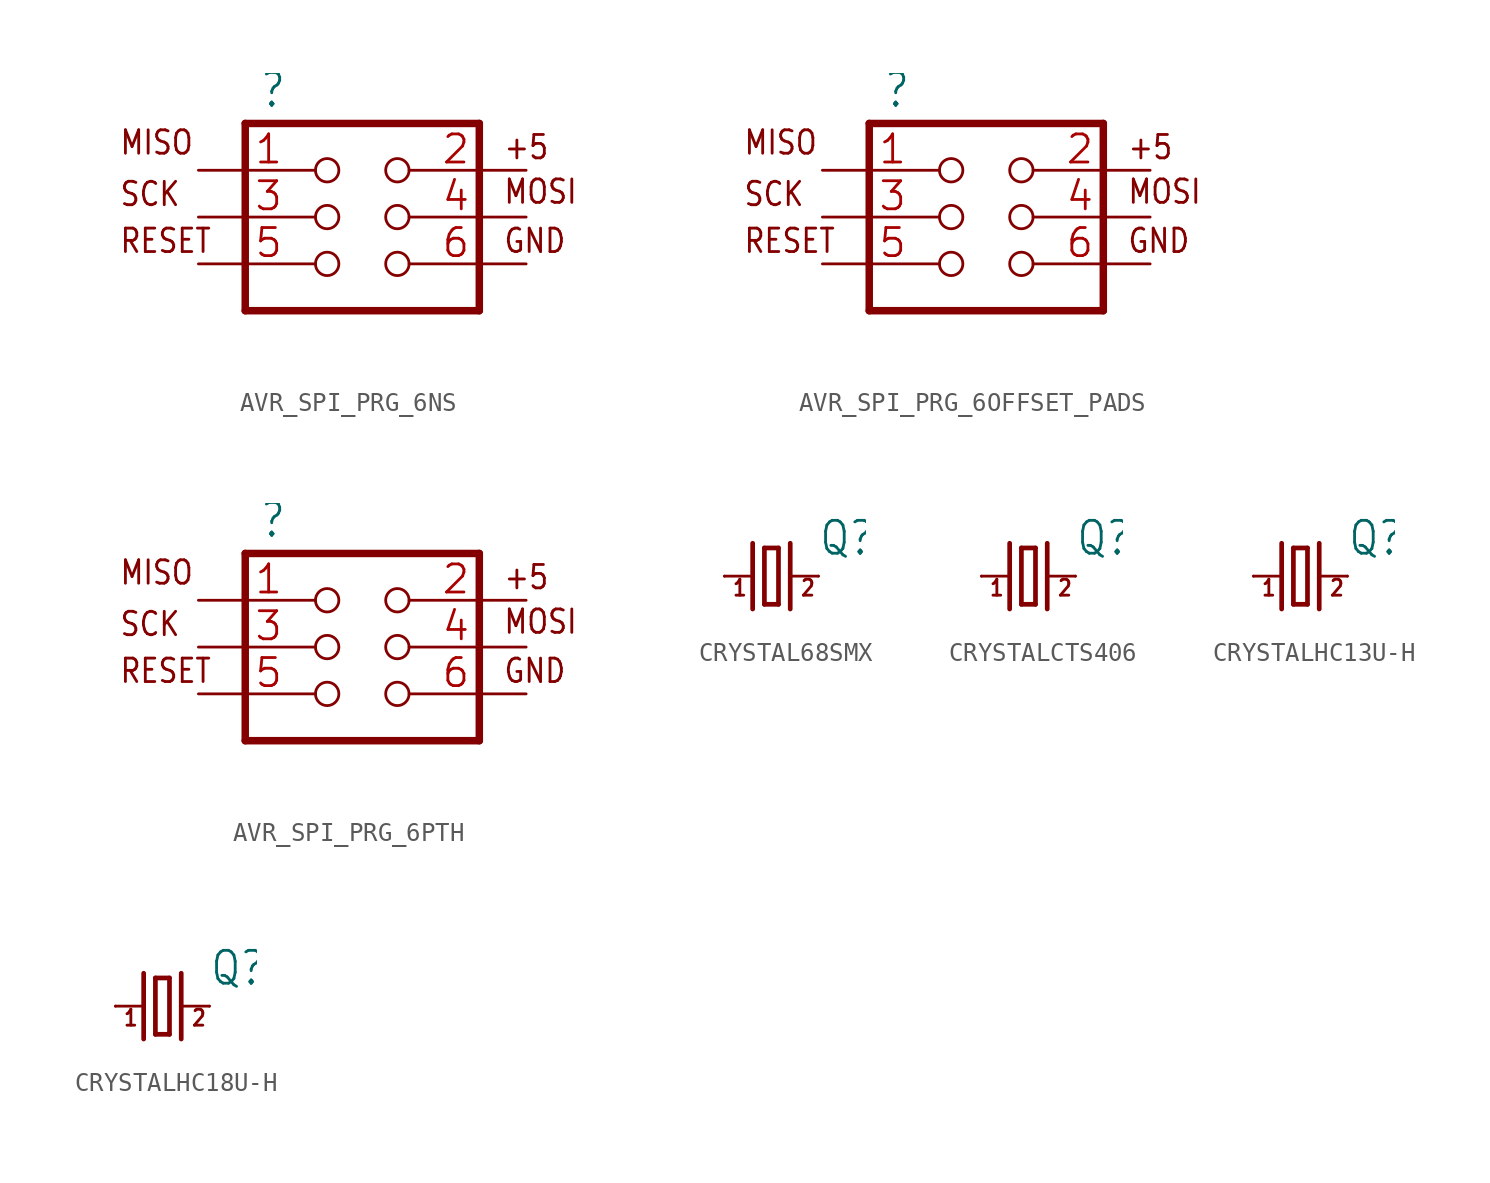
<source format=kicad_sym>
(kicad_symbol_lib
  (version 20241209)
  (generator "kicad_symbol_editor")
  (generator_version "9.0")
  (symbol "AVR_SPI_PRG_6NS"
    (property "Reference" ""
      (at -4.318 5.842 0)
      (effects (font (size 1.778 1.511)) (justify left bottom)))
    (property "Value" ""
      (at -4.064 -7.62 0)
      (effects (font (size 1.778 1.511)) (justify left bottom)))
    (property "ki_locked" ""
      (at 0 0 0)
      (effects (font (size 1.27 1.27))))
    (symbol "AVR_SPI_PRG_6NS_1_0"
      (polyline (pts (xy -5.08 5.08) (xy -5.08 -5.08)) (stroke (width 0.406) (type solid)) (fill (type none)))
      (polyline (pts (xy -5.08 -5.08) (xy 7.62 -5.08)) (stroke (width 0.406) (type solid)) (fill (type none)))
      (polyline (pts (xy 7.62 5.08) (xy -5.08 5.08)) (stroke (width 0.406) (type solid)) (fill (type none)))
      (polyline (pts (xy 7.62 -5.08) (xy 7.62 5.08)) (stroke (width 0.406) (type solid)) (fill (type none)))
      (text "MISO" (at -11.938 3.302 0) (effects (font (size 1.27 1.079)) (justify left bottom)))
      (text "SCK" (at -11.938 0.508 0) (effects (font (size 1.27 1.079)) (justify left bottom)))
      (text "RESET" (at -11.938 -2.032 0) (effects (font (size 1.27 1.079)) (justify left bottom)))
      (text "+5" (at 8.89 3.048 0) (effects (font (size 1.27 1.079)) (justify left bottom)))
      (text "MOSI" (at 8.89 0.635 0) (effects (font (size 1.27 1.079)) (justify left bottom)))
      (text "GND" (at 8.89 -2.032 0) (effects (font (size 1.27 1.079)) (justify left bottom)))
      (pin passive inverted (at -7.62 2.54 0) (length 7.62) (name "1" (effects (font (size 0 0)))) (number "1" (effects (font (size 1.524 1.524)))))
      (pin passive inverted (at -7.62 0 0) (length 7.62) (name "3" (effects (font (size 0 0)))) (number "3" (effects (font (size 1.524 1.524)))))
      (pin passive inverted (at -7.62 -2.54 0) (length 7.62) (name "5" (effects (font (size 0 0)))) (number "5" (effects (font (size 1.524 1.524)))))
      (pin passive inverted (at 10.16 2.54 180) (length 7.62) (name "2" (effects (font (size 0 0)))) (number "2" (effects (font (size 1.524 1.524)))))
      (pin passive inverted (at 10.16 0 180) (length 7.62) (name "4" (effects (font (size 0 0)))) (number "4" (effects (font (size 1.524 1.524)))))
      (pin passive inverted (at 10.16 -2.54 180) (length 7.62) (name "6" (effects (font (size 0 0)))) (number "6" (effects (font (size 1.524 1.524)))))))
  (symbol "AVR_SPI_PRG_6OFFSET_PADS"
    (property "Reference" ""
      (at -4.318 5.842 0)
      (effects (font (size 1.778 1.511)) (justify left bottom)))
    (property "Value" ""
      (at -4.064 -7.62 0)
      (effects (font (size 1.778 1.511)) (justify left bottom)))
    (property "ki_locked" ""
      (at 0 0 0)
      (effects (font (size 1.27 1.27))))
    (symbol "AVR_SPI_PRG_6OFFSET_PADS_1_0"
      (polyline (pts (xy -5.08 5.08) (xy -5.08 -5.08)) (stroke (width 0.406) (type solid)) (fill (type none)))
      (polyline (pts (xy -5.08 -5.08) (xy 7.62 -5.08)) (stroke (width 0.406) (type solid)) (fill (type none)))
      (polyline (pts (xy 7.62 5.08) (xy -5.08 5.08)) (stroke (width 0.406) (type solid)) (fill (type none)))
      (polyline (pts (xy 7.62 -5.08) (xy 7.62 5.08)) (stroke (width 0.406) (type solid)) (fill (type none)))
      (text "MISO" (at -11.938 3.302 0) (effects (font (size 1.27 1.079)) (justify left bottom)))
      (text "SCK" (at -11.938 0.508 0) (effects (font (size 1.27 1.079)) (justify left bottom)))
      (text "RESET" (at -11.938 -2.032 0) (effects (font (size 1.27 1.079)) (justify left bottom)))
      (text "+5" (at 8.89 3.048 0) (effects (font (size 1.27 1.079)) (justify left bottom)))
      (text "MOSI" (at 8.89 0.635 0) (effects (font (size 1.27 1.079)) (justify left bottom)))
      (text "GND" (at 8.89 -2.032 0) (effects (font (size 1.27 1.079)) (justify left bottom)))
      (pin passive inverted (at -7.62 2.54 0) (length 7.62) (name "1" (effects (font (size 0 0)))) (number "1" (effects (font (size 1.524 1.524)))))
      (pin passive inverted (at -7.62 0 0) (length 7.62) (name "3" (effects (font (size 0 0)))) (number "3" (effects (font (size 1.524 1.524)))))
      (pin passive inverted (at -7.62 -2.54 0) (length 7.62) (name "5" (effects (font (size 0 0)))) (number "5" (effects (font (size 1.524 1.524)))))
      (pin passive inverted (at 10.16 2.54 180) (length 7.62) (name "2" (effects (font (size 0 0)))) (number "2" (effects (font (size 1.524 1.524)))))
      (pin passive inverted (at 10.16 0 180) (length 7.62) (name "4" (effects (font (size 0 0)))) (number "4" (effects (font (size 1.524 1.524)))))
      (pin passive inverted (at 10.16 -2.54 180) (length 7.62) (name "6" (effects (font (size 0 0)))) (number "6" (effects (font (size 1.524 1.524)))))))
  (symbol "AVR_SPI_PRG_6PTH"
    (property "Reference" ""
      (at -4.318 5.842 0)
      (effects (font (size 1.778 1.511)) (justify left bottom)))
    (property "Value" ""
      (at -4.064 -7.62 0)
      (effects (font (size 1.778 1.511)) (justify left bottom)))
    (property "ki_locked" ""
      (at 0 0 0)
      (effects (font (size 1.27 1.27))))
    (symbol "AVR_SPI_PRG_6PTH_1_0"
      (polyline (pts (xy -5.08 5.08) (xy -5.08 -5.08)) (stroke (width 0.406) (type solid)) (fill (type none)))
      (polyline (pts (xy -5.08 -5.08) (xy 7.62 -5.08)) (stroke (width 0.406) (type solid)) (fill (type none)))
      (polyline (pts (xy 7.62 5.08) (xy -5.08 5.08)) (stroke (width 0.406) (type solid)) (fill (type none)))
      (polyline (pts (xy 7.62 -5.08) (xy 7.62 5.08)) (stroke (width 0.406) (type solid)) (fill (type none)))
      (text "MISO" (at -11.938 3.302 0) (effects (font (size 1.27 1.079)) (justify left bottom)))
      (text "SCK" (at -11.938 0.508 0) (effects (font (size 1.27 1.079)) (justify left bottom)))
      (text "RESET" (at -11.938 -2.032 0) (effects (font (size 1.27 1.079)) (justify left bottom)))
      (text "+5" (at 8.89 3.048 0) (effects (font (size 1.27 1.079)) (justify left bottom)))
      (text "MOSI" (at 8.89 0.635 0) (effects (font (size 1.27 1.079)) (justify left bottom)))
      (text "GND" (at 8.89 -2.032 0) (effects (font (size 1.27 1.079)) (justify left bottom)))
      (pin passive inverted (at -7.62 2.54 0) (length 7.62) (name "1" (effects (font (size 0 0)))) (number "1" (effects (font (size 1.524 1.524)))))
      (pin passive inverted (at -7.62 0 0) (length 7.62) (name "3" (effects (font (size 0 0)))) (number "3" (effects (font (size 1.524 1.524)))))
      (pin passive inverted (at -7.62 -2.54 0) (length 7.62) (name "5" (effects (font (size 0 0)))) (number "5" (effects (font (size 1.524 1.524)))))
      (pin passive inverted (at 10.16 2.54 180) (length 7.62) (name "2" (effects (font (size 0 0)))) (number "2" (effects (font (size 1.524 1.524)))))
      (pin passive inverted (at 10.16 0 180) (length 7.62) (name "4" (effects (font (size 0 0)))) (number "4" (effects (font (size 1.524 1.524)))))
      (pin passive inverted (at 10.16 -2.54 180) (length 7.62) (name "6" (effects (font (size 0 0)))) (number "6" (effects (font (size 1.524 1.524)))))))
  (symbol "CRYSTAL68SMX"
    (property "Reference" "Q"
      (at 2.54 1.016 0)
      (effects (font (size 1.778 1.511)) (justify left bottom)))
    (property "Value" ""
      (at 2.54 -2.54 0)
      (effects (font (size 1.778 1.511)) (justify left bottom)))
    (property "ki_locked" ""
      (at 0 0 0)
      (effects (font (size 1.27 1.27))))
    (symbol "CRYSTAL68SMX_1_0"
      (polyline (pts (xy -2.54 0) (xy -1.016 0)) (stroke (width 0.152) (type solid)) (fill (type none)))
      (polyline (pts (xy -1.016 1.778) (xy -1.016 -1.778)) (stroke (width 0.254) (type solid)) (fill (type none)))
      (polyline (pts (xy -0.381 1.524) (xy -0.381 -1.524)) (stroke (width 0.254) (type solid)) (fill (type none)))
      (polyline (pts (xy -0.381 -1.524) (xy 0.381 -1.524)) (stroke (width 0.254) (type solid)) (fill (type none)))
      (polyline (pts (xy 0.381 1.524) (xy -0.381 1.524)) (stroke (width 0.254) (type solid)) (fill (type none)))
      (polyline (pts (xy 0.381 -1.524) (xy 0.381 1.524)) (stroke (width 0.254) (type solid)) (fill (type none)))
      (polyline (pts (xy 1.016 1.778) (xy 1.016 -1.778)) (stroke (width 0.254) (type solid)) (fill (type none)))
      (polyline (pts (xy 1.016 0) (xy 2.54 0)) (stroke (width 0.152) (type solid)) (fill (type none)))
      (text "1" (at -2.159 -1.143 0) (effects (font (size 0.864 0.734)) (justify left bottom)))
      (text "2" (at 1.524 -1.143 0) (effects (font (size 0.864 0.734)) (justify left bottom)))
      (pin passive line (at -2.54 0 0) (length 0) (name "1" (effects (font (size 0 0)))) (number "1" (effects (font (size 0 0)))))
      (pin passive line (at 2.54 0 180) (length 0) (name "2" (effects (font (size 0 0)))) (number "4" (effects (font (size 0 0)))))))
  (symbol "CRYSTALCTS406"
    (property "Reference" "Q"
      (at 2.54 1.016 0)
      (effects (font (size 1.778 1.511)) (justify left bottom)))
    (property "Value" ""
      (at 2.54 -2.54 0)
      (effects (font (size 1.778 1.511)) (justify left bottom)))
    (property "ki_locked" ""
      (at 0 0 0)
      (effects (font (size 1.27 1.27))))
    (symbol "CRYSTALCTS406_1_0"
      (polyline (pts (xy -2.54 0) (xy -1.016 0)) (stroke (width 0.152) (type solid)) (fill (type none)))
      (polyline (pts (xy -1.016 1.778) (xy -1.016 -1.778)) (stroke (width 0.254) (type solid)) (fill (type none)))
      (polyline (pts (xy -0.381 1.524) (xy -0.381 -1.524)) (stroke (width 0.254) (type solid)) (fill (type none)))
      (polyline (pts (xy -0.381 -1.524) (xy 0.381 -1.524)) (stroke (width 0.254) (type solid)) (fill (type none)))
      (polyline (pts (xy 0.381 1.524) (xy -0.381 1.524)) (stroke (width 0.254) (type solid)) (fill (type none)))
      (polyline (pts (xy 0.381 -1.524) (xy 0.381 1.524)) (stroke (width 0.254) (type solid)) (fill (type none)))
      (polyline (pts (xy 1.016 1.778) (xy 1.016 -1.778)) (stroke (width 0.254) (type solid)) (fill (type none)))
      (polyline (pts (xy 1.016 0) (xy 2.54 0)) (stroke (width 0.152) (type solid)) (fill (type none)))
      (text "1" (at -2.159 -1.143 0) (effects (font (size 0.864 0.734)) (justify left bottom)))
      (text "2" (at 1.524 -1.143 0) (effects (font (size 0.864 0.734)) (justify left bottom)))
      (pin passive line (at -2.54 0 0) (length 0) (name "1" (effects (font (size 0 0)))) (number "1" (effects (font (size 0 0)))))
      (pin passive line (at 2.54 0 180) (length 0) (name "2" (effects (font (size 0 0)))) (number "3" (effects (font (size 0 0)))))))
  (symbol "CRYSTALHC13U-H"
    (property "Reference" "Q"
      (at 2.54 1.016 0)
      (effects (font (size 1.778 1.511)) (justify left bottom)))
    (property "Value" ""
      (at 2.54 -2.54 0)
      (effects (font (size 1.778 1.511)) (justify left bottom)))
    (property "ki_locked" ""
      (at 0 0 0)
      (effects (font (size 1.27 1.27))))
    (symbol "CRYSTALHC13U-H_1_0"
      (polyline (pts (xy -2.54 0) (xy -1.016 0)) (stroke (width 0.152) (type solid)) (fill (type none)))
      (polyline (pts (xy -1.016 1.778) (xy -1.016 -1.778)) (stroke (width 0.254) (type solid)) (fill (type none)))
      (polyline (pts (xy -0.381 1.524) (xy -0.381 -1.524)) (stroke (width 0.254) (type solid)) (fill (type none)))
      (polyline (pts (xy -0.381 -1.524) (xy 0.381 -1.524)) (stroke (width 0.254) (type solid)) (fill (type none)))
      (polyline (pts (xy 0.381 1.524) (xy -0.381 1.524)) (stroke (width 0.254) (type solid)) (fill (type none)))
      (polyline (pts (xy 0.381 -1.524) (xy 0.381 1.524)) (stroke (width 0.254) (type solid)) (fill (type none)))
      (polyline (pts (xy 1.016 1.778) (xy 1.016 -1.778)) (stroke (width 0.254) (type solid)) (fill (type none)))
      (polyline (pts (xy 1.016 0) (xy 2.54 0)) (stroke (width 0.152) (type solid)) (fill (type none)))
      (text "1" (at -2.159 -1.143 0) (effects (font (size 0.864 0.734)) (justify left bottom)))
      (text "2" (at 1.524 -1.143 0) (effects (font (size 0.864 0.734)) (justify left bottom)))
      (pin passive line (at -2.54 0 0) (length 0) (name "1" (effects (font (size 0 0)))) (number "1" (effects (font (size 0 0)))))
      (pin passive line (at 2.54 0 180) (length 0) (name "2" (effects (font (size 0 0)))) (number "2" (effects (font (size 0 0)))))))
  (symbol "CRYSTALHC18U-H"
    (property "Reference" "Q"
      (at 2.54 1.016 0)
      (effects (font (size 1.778 1.511)) (justify left bottom)))
    (property "Value" ""
      (at 2.54 -2.54 0)
      (effects (font (size 1.778 1.511)) (justify left bottom)))
    (property "ki_locked" ""
      (at 0 0 0)
      (effects (font (size 1.27 1.27))))
    (symbol "CRYSTALHC18U-H_1_0"
      (polyline (pts (xy -2.54 0) (xy -1.016 0)) (stroke (width 0.152) (type solid)) (fill (type none)))
      (polyline (pts (xy -1.016 1.778) (xy -1.016 -1.778)) (stroke (width 0.254) (type solid)) (fill (type none)))
      (polyline (pts (xy -0.381 1.524) (xy -0.381 -1.524)) (stroke (width 0.254) (type solid)) (fill (type none)))
      (polyline (pts (xy -0.381 -1.524) (xy 0.381 -1.524)) (stroke (width 0.254) (type solid)) (fill (type none)))
      (polyline (pts (xy 0.381 1.524) (xy -0.381 1.524)) (stroke (width 0.254) (type solid)) (fill (type none)))
      (polyline (pts (xy 0.381 -1.524) (xy 0.381 1.524)) (stroke (width 0.254) (type solid)) (fill (type none)))
      (polyline (pts (xy 1.016 1.778) (xy 1.016 -1.778)) (stroke (width 0.254) (type solid)) (fill (type none)))
      (polyline (pts (xy 1.016 0) (xy 2.54 0)) (stroke (width 0.152) (type solid)) (fill (type none)))
      (text "1" (at -2.159 -1.143 0) (effects (font (size 0.864 0.734)) (justify left bottom)))
      (text "2" (at 1.524 -1.143 0) (effects (font (size 0.864 0.734)) (justify left bottom)))
      (pin passive line (at -2.54 0 0) (length 0) (name "1" (effects (font (size 0 0)))) (number "1" (effects (font (size 0 0)))))
      (pin passive line (at 2.54 0 180) (length 0) (name "2" (effects (font (size 0 0)))) (number "2" (effects (font (size 0 0))))))))
</source>
